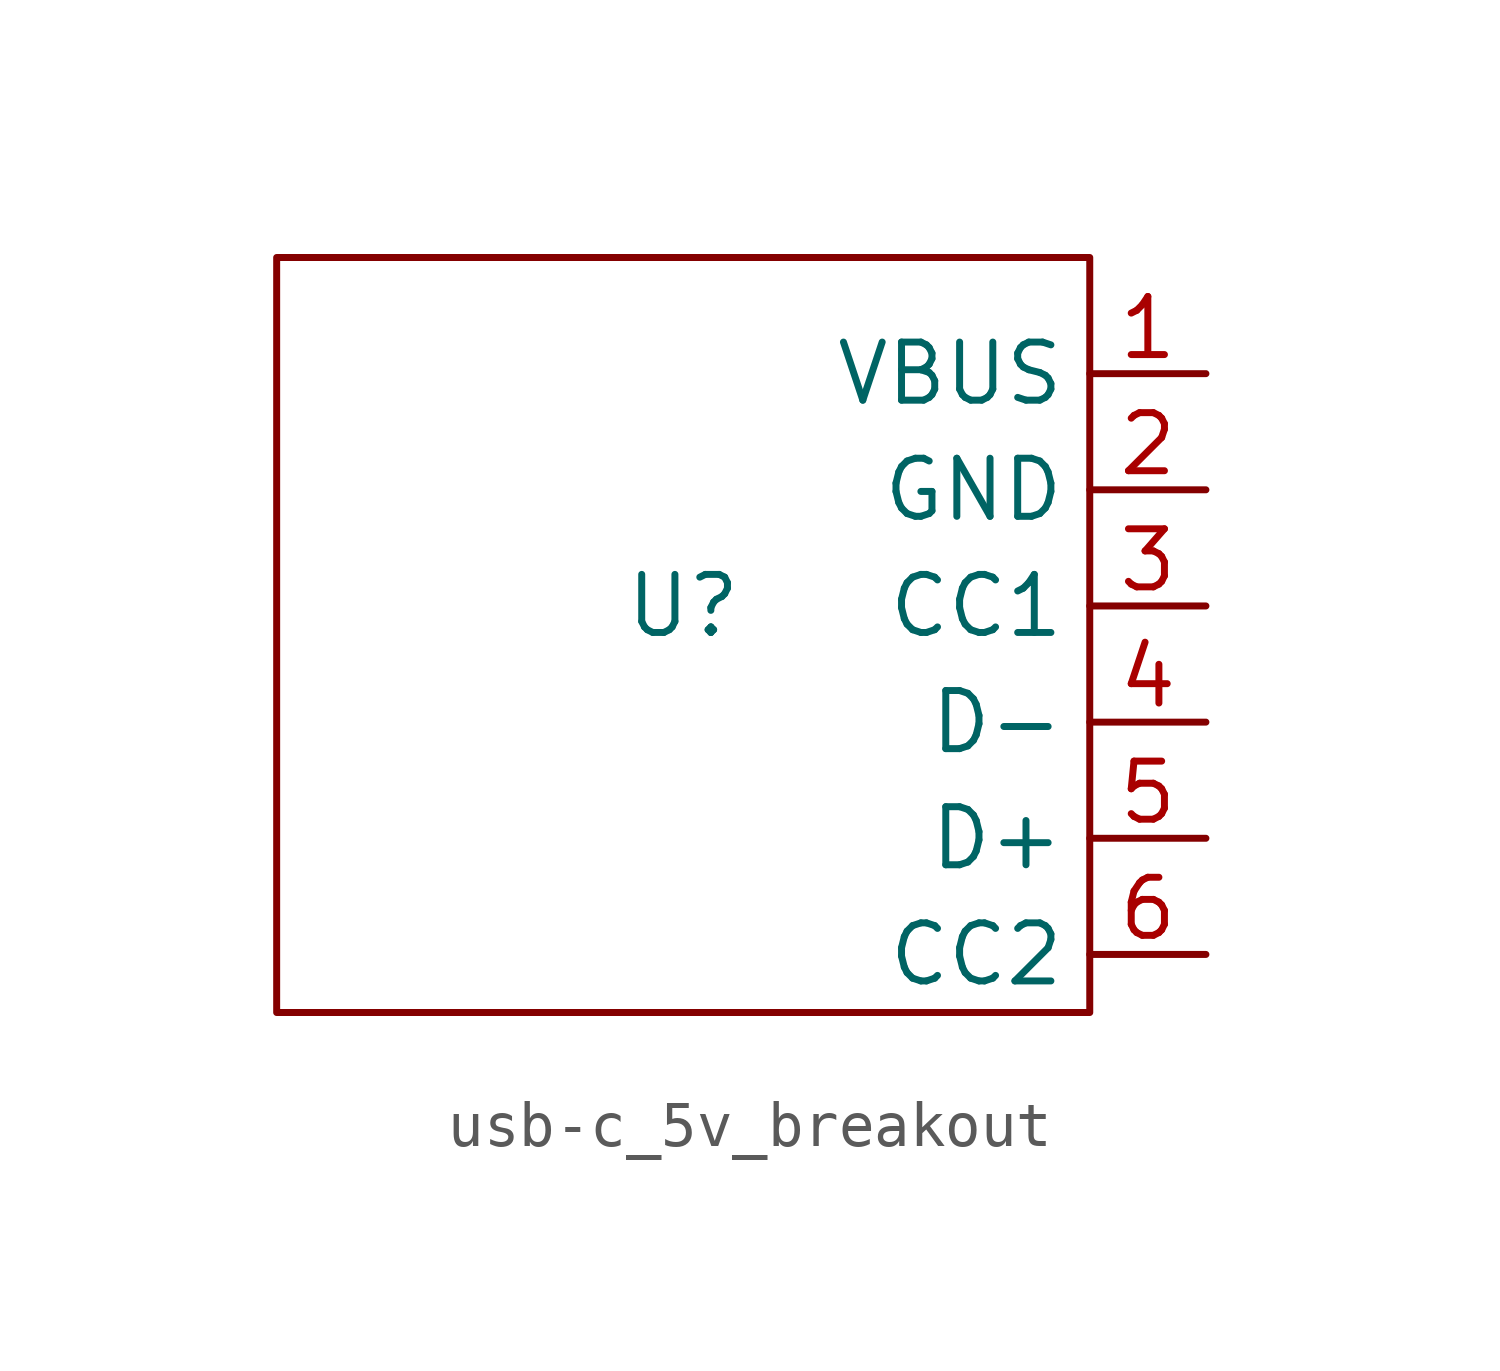
<source format=kicad_sym>
(kicad_symbol_lib
  (version 20231120)
  (generator "kicad_symbol_editor")
  (generator_version "8.0")
  (symbol "usb-c_5v_breakout"
    (property "Reference" "U"
      (at 0 0 0)
      (effects (font (size 1.27 1.27))))
    (property "Value" ""
      (at 0 0 0)
      (effects (font (size 1.27 1.27))))
    (symbol "usb-c_5v_breakout_0_1"
      (rectangle (start -8.89 7.62) (end 8.89 -8.89) (stroke (width 0) (type default)) (fill (type none))))
    (symbol "usb-c_5v_breakout_1_1"
      (pin power_out line (at 11.43 5.08 180) (length 2.54) (name "VBUS" (effects (font (size 1.27 1.27)))) (number "1" (effects (font (size 1.27 1.27)))))
      (pin power_out line (at 11.43 2.54 180) (length 2.54) (name "GND" (effects (font (size 1.27 1.27)))) (number "2" (effects (font (size 1.27 1.27)))))
      (pin output line (at 11.43 0 180) (length 2.54) (name "CC1" (effects (font (size 1.27 1.27)))) (number "3" (effects (font (size 1.27 1.27)))))
      (pin output line (at 11.43 -2.54 180) (length 2.54) (name "D-" (effects (font (size 1.27 1.27)))) (number "4" (effects (font (size 1.27 1.27)))))
      (pin output line (at 11.43 -5.08 180) (length 2.54) (name "D+" (effects (font (size 1.27 1.27)))) (number "5" (effects (font (size 1.27 1.27)))))
      (pin output line (at 11.43 -7.62 180) (length 2.54) (name "CC2" (effects (font (size 1.27 1.27)))) (number "6" (effects (font (size 1.27 1.27))))))))
</source>
